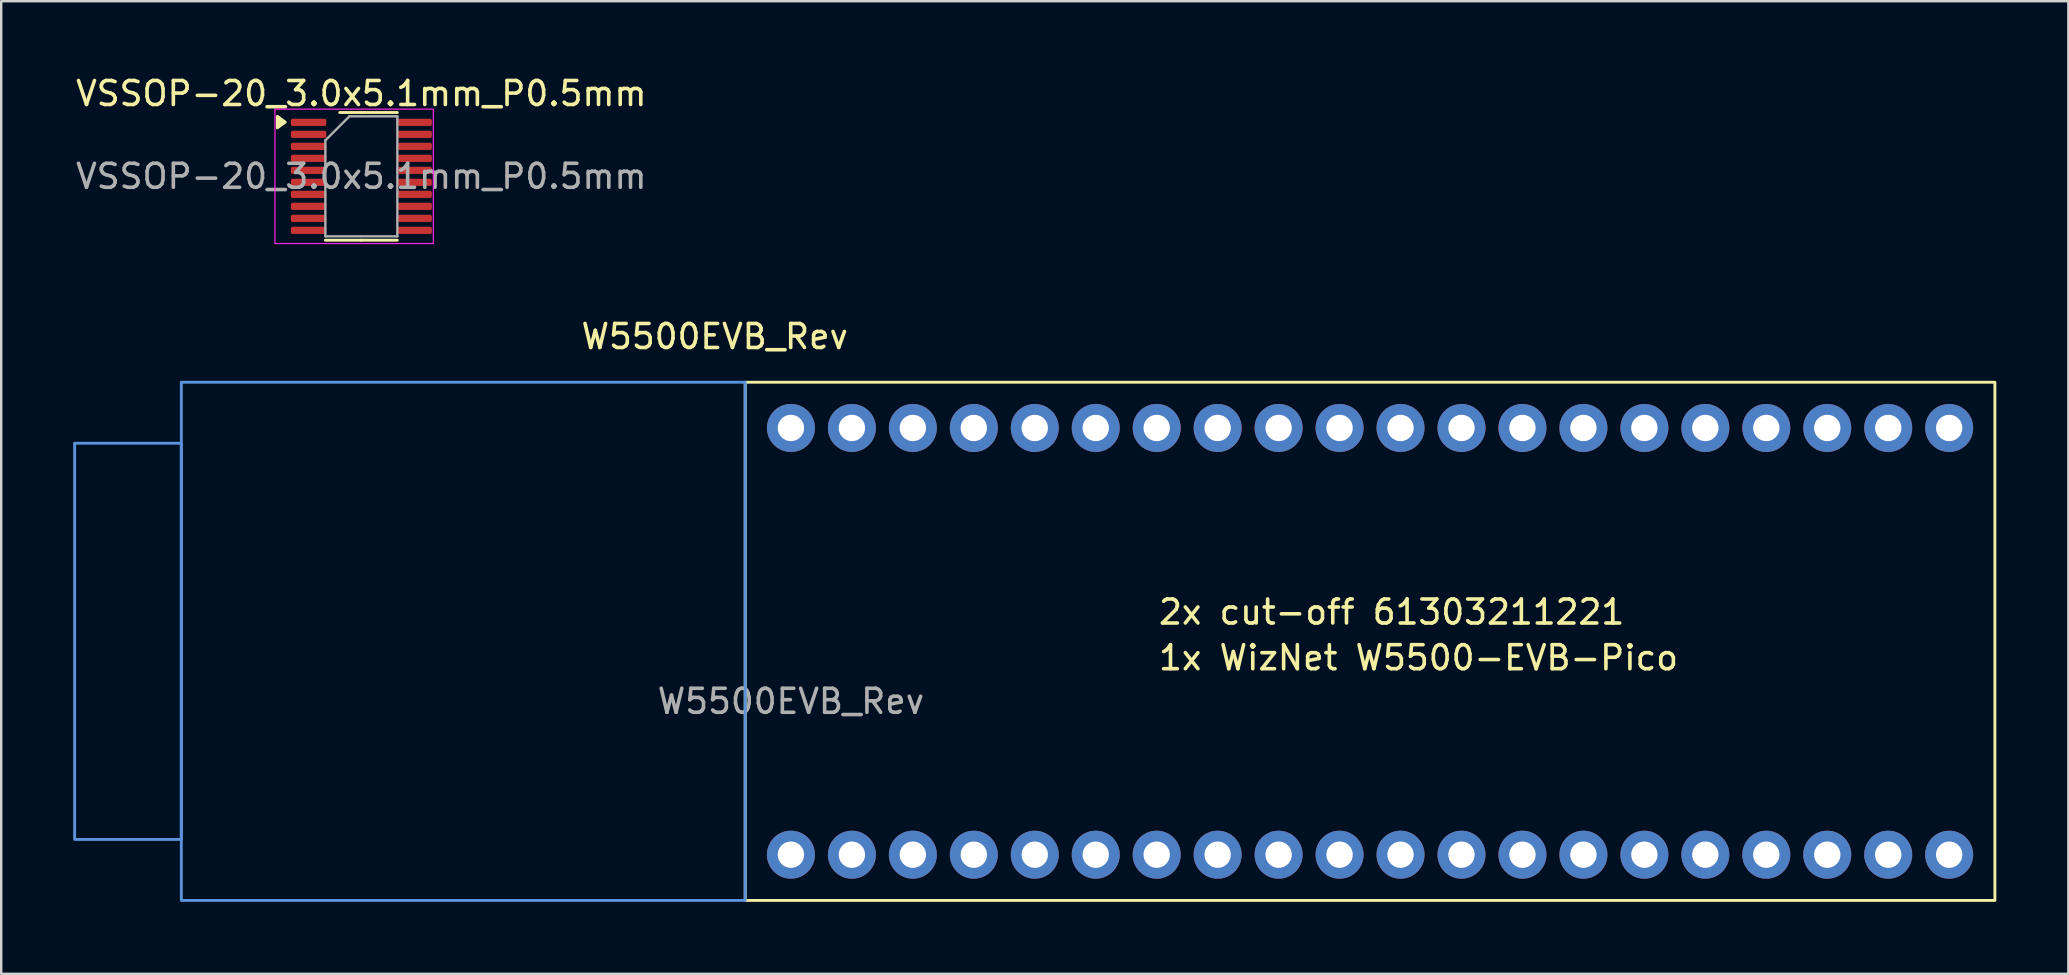
<source format=kicad_pcb>
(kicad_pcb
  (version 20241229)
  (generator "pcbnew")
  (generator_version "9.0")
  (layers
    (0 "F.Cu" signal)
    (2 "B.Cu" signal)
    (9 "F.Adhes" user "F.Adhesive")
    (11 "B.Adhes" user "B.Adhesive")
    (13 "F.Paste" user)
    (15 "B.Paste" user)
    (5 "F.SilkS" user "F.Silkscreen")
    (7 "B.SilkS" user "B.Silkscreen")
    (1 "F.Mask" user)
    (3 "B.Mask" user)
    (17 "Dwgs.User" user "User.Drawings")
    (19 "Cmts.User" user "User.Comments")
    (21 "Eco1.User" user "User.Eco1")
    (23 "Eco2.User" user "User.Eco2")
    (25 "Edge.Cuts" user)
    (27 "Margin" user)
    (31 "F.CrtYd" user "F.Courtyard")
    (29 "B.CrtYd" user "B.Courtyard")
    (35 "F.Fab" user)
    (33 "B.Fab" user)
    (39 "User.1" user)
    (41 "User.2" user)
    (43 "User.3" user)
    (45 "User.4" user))
  (footprint "VSSOP-20_3.0x5.1mm_P0.5mm"
    (layer "F.Cu")
    (at 12.006 4.298)
    (property "Reference" "VSSOP-20_3.0x5.1mm_P0.5mm" (at 0 -3.45 0) (layer "F.SilkS") (effects (font (size 1 1) (thickness 0.15))))
    (attr smd)
    (fp_line (start 0 -2.66) (end -0.9 -2.66) (stroke (width 0.12) (type solid)) (layer "F.SilkS"))
    (fp_line (start 0 -2.66) (end 1.5 -2.66) (stroke (width 0.12) (type solid)) (layer "F.SilkS"))
    (fp_line (start 0 2.66) (end -1.5 2.66) (stroke (width 0.12) (type solid)) (layer "F.SilkS"))
    (fp_line (start 0 2.66) (end 1.5 2.66) (stroke (width 0.12) (type solid)) (layer "F.SilkS"))
    (fp_poly (pts (xy -3.17 -2.26) (xy -3.5 -2.5) (xy -3.5 -2.02) (xy -3.17 -2.26)) (stroke (width 0.12) (type solid)) (fill yes) (layer "F.SilkS"))
    (fp_rect (start -3.6 -2.8) (end 3 2.8) (stroke (width 0.05) (type default)) (fill no) (layer "F.CrtYd"))
    (fp_line (start -1.5 -1.5) (end -0.5 -2.5) (stroke (width 0.1) (type solid)) (layer "F.Fab"))
    (fp_line (start -1.5 2.5) (end -1.5 -1.5) (stroke (width 0.1) (type solid)) (layer "F.Fab"))
    (fp_line (start -0.5 -2.5) (end 1.5 -2.5) (stroke (width 0.1) (type solid)) (layer "F.Fab"))
    (fp_line (start 1.5 -2.5) (end 1.5 2.5) (stroke (width 0.1) (type solid)) (layer "F.Fab"))
    (fp_line (start 1.5 2.5) (end -1.5 2.5) (stroke (width 0.1) (type solid)) (layer "F.Fab"))
    (fp_text user "${REFERENCE}" (at 0 0 0) (layer "F.Fab") (effects (font (size 1 1) (thickness 0.15))))
    (pad "1" smd roundrect (at -2.2 -2.25) (size 1.475 0.3) (layers "F.Cu" "F.Mask" "F.Paste") (roundrect_rratio 0.25))
    (pad "2" smd roundrect (at -2.2 -1.75) (size 1.475 0.3) (layers "F.Cu" "F.Mask" "F.Paste") (roundrect_rratio 0.25))
    (pad "3" smd roundrect (at -2.2 -1.25) (size 1.475 0.3) (layers "F.Cu" "F.Mask" "F.Paste") (roundrect_rratio 0.25))
    (pad "4" smd roundrect (at -2.2 -0.75) (size 1.475 0.3) (layers "F.Cu" "F.Mask" "F.Paste") (roundrect_rratio 0.25))
    (pad "5" smd roundrect (at -2.2 -0.25) (size 1.475 0.3) (layers "F.Cu" "F.Mask" "F.Paste") (roundrect_rratio 0.25))
    (pad "6" smd roundrect (at -2.2 0.25) (size 1.475 0.3) (layers "F.Cu" "F.Mask" "F.Paste") (roundrect_rratio 0.25))
    (pad "7" smd roundrect (at -2.2 0.75) (size 1.475 0.3) (layers "F.Cu" "F.Mask" "F.Paste") (roundrect_rratio 0.25))
    (pad "8" smd roundrect (at -2.2 1.25) (size 1.475 0.3) (layers "F.Cu" "F.Mask" "F.Paste") (roundrect_rratio 0.25))
    (pad "9" smd roundrect (at -2.2 1.75) (size 1.475 0.3) (layers "F.Cu" "F.Mask" "F.Paste") (roundrect_rratio 0.25))
    (pad "10" smd roundrect (at -2.2 2.25) (size 1.475 0.3) (layers "F.Cu" "F.Mask" "F.Paste") (roundrect_rratio 0.25))
    (pad "11" smd roundrect (at 2.2 2.25) (size 1.475 0.3) (layers "F.Cu" "F.Mask" "F.Paste") (roundrect_rratio 0.25))
    (pad "12" smd roundrect (at 2.2 1.75) (size 1.475 0.3) (layers "F.Cu" "F.Mask" "F.Paste") (roundrect_rratio 0.25))
    (pad "13" smd roundrect (at 2.2 1.25) (size 1.475 0.3) (layers "F.Cu" "F.Mask" "F.Paste") (roundrect_rratio 0.25))
    (pad "14" smd roundrect (at 2.2 0.75) (size 1.475 0.3) (layers "F.Cu" "F.Mask" "F.Paste") (roundrect_rratio 0.25))
    (pad "15" smd roundrect (at 2.2 0.25) (size 1.475 0.3) (layers "F.Cu" "F.Mask" "F.Paste") (roundrect_rratio 0.25))
    (pad "16" smd roundrect (at 2.2 -0.25) (size 1.475 0.3) (layers "F.Cu" "F.Mask" "F.Paste") (roundrect_rratio 0.25))
    (pad "17" smd roundrect (at 2.2 -0.75) (size 1.475 0.3) (layers "F.Cu" "F.Mask" "F.Paste") (roundrect_rratio 0.25))
    (pad "18" smd roundrect (at 2.2 -1.25) (size 1.475 0.3) (layers "F.Cu" "F.Mask" "F.Paste") (roundrect_rratio 0.25))
    (pad "19" smd roundrect (at 2.2 -1.75) (size 1.475 0.3) (layers "F.Cu" "F.Mask" "F.Paste") (roundrect_rratio 0.25))
    (pad "20" smd roundrect (at 2.2 -2.25) (size 1.475 0.3) (layers "F.Cu" "F.Mask" "F.Paste") (roundrect_rratio 0.25)))
  (footprint "W5500EVB_Rev"
    (layer "F.Cu")
    (at 29.905 23.672)
    (property "Reference" "W5500EVB_Rev" (at -3.175 -12.7 0) (unlocked yes) (layer "F.SilkS") (effects (font (size 1 1) (thickness 0.15))))
    (attr through_hole)
    (fp_rect (start -1.905 -10.795) (end 50.165 10.795) (stroke (width 0.12) (type default)) (fill no) (layer "F.SilkS"))
    (fp_rect (start -29.845 -8.255) (end -25.4 8.255) (stroke (width 0.12) (type default)) (fill no) (layer "Cmts.User"))
    (fp_rect (start -25.4 -10.795) (end -1.905 10.795) (stroke (width 0.12) (type default)) (fill no) (layer "Cmts.User"))
    (fp_text user "1x WizNet W5500-EVB-Pico" (at 15.24 1.27 0) (unlocked yes) (layer "F.SilkS") (effects (font (size 1 1) (thickness 0.15)) (justify left bottom)))
    (fp_text user "2x cut-off 61303211221" (at 15.24 -0.635 0) (unlocked yes) (layer "F.SilkS") (effects (font (size 1 1) (thickness 0.15)) (justify left bottom)))
    (fp_text user "${REFERENCE}" (at 0 2.5 0) (unlocked yes) (layer "F.Fab") (effects (font (size 1 1) (thickness 0.15))))
    (pad "1" thru_hole circle (at 48.26 8.89) (size 2 2) (drill 1.1) (layers "*.Cu" "*.Mask"))
    (pad "2" thru_hole circle (at 45.72 8.89) (size 2 2) (drill 1.1) (layers "*.Cu" "*.Mask"))
    (pad "3" thru_hole circle (at 43.18 8.89) (size 2 2) (drill 1.1) (layers "*.Cu" "*.Mask"))
    (pad "4" thru_hole circle (at 40.64 8.89) (size 2 2) (drill 1.1) (layers "*.Cu" "*.Mask"))
    (pad "5" thru_hole circle (at 38.1 8.89) (size 2 2) (drill 1.1) (layers "*.Cu" "*.Mask"))
    (pad "6" thru_hole circle (at 35.56 8.89) (size 2 2) (drill 1.1) (layers "*.Cu" "*.Mask"))
    (pad "7" thru_hole circle (at 33.02 8.89) (size 2 2) (drill 1.1) (layers "*.Cu" "*.Mask"))
    (pad "8" thru_hole circle (at 30.48 8.89) (size 2 2) (drill 1.1) (layers "*.Cu" "*.Mask"))
    (pad "9" thru_hole circle (at 27.94 8.89) (size 2 2) (drill 1.1) (layers "*.Cu" "*.Mask"))
    (pad "10" thru_hole circle (at 25.4 8.89) (size 2 2) (drill 1.1) (layers "*.Cu" "*.Mask"))
    (pad "11" thru_hole circle (at 22.86 8.89) (size 2 2) (drill 1.1) (layers "*.Cu" "*.Mask"))
    (pad "12" thru_hole circle (at 20.32 8.89) (size 2 2) (drill 1.1) (layers "*.Cu" "*.Mask"))
    (pad "13" thru_hole circle (at 17.78 8.89) (size 2 2) (drill 1.1) (layers "*.Cu" "*.Mask"))
    (pad "14" thru_hole circle (at 15.24 8.89) (size 2 2) (drill 1.1) (layers "*.Cu" "*.Mask"))
    (pad "15" thru_hole circle (at 12.7 8.89) (size 2 2) (drill 1.1) (layers "*.Cu" "*.Mask"))
    (pad "16" thru_hole circle (at 10.16 8.89) (size 2 2) (drill 1.1) (layers "*.Cu" "*.Mask"))
    (pad "17" thru_hole circle (at 7.62 8.89) (size 2 2) (drill 1.1) (layers "*.Cu" "*.Mask"))
    (pad "18" thru_hole circle (at 5.08 8.89) (size 2 2) (drill 1.1) (layers "*.Cu" "*.Mask"))
    (pad "19" thru_hole circle (at 2.54 8.89) (size 2 2) (drill 1.1) (layers "*.Cu" "*.Mask"))
    (pad "20" thru_hole circle (at 0 8.89) (size 2 2) (drill 1.1) (layers "*.Cu" "*.Mask"))
    (pad "21" thru_hole circle (at 0 -8.89) (size 2 2) (drill 1.1) (layers "*.Cu" "*.Mask"))
    (pad "22" thru_hole circle (at 2.54 -8.89) (size 2 2) (drill 1.1) (layers "*.Cu" "*.Mask"))
    (pad "23" thru_hole circle (at 5.08 -8.89) (size 2 2) (drill 1.1) (layers "*.Cu" "*.Mask"))
    (pad "24" thru_hole circle (at 7.62 -8.89) (size 2 2) (drill 1.1) (layers "*.Cu" "*.Mask"))
    (pad "25" thru_hole circle (at 10.16 -8.89) (size 2 2) (drill 1.1) (layers "*.Cu" "*.Mask"))
    (pad "26" thru_hole circle (at 12.7 -8.89) (size 2 2) (drill 1.1) (layers "*.Cu" "*.Mask"))
    (pad "27" thru_hole circle (at 15.24 -8.89) (size 2 2) (drill 1.1) (layers "*.Cu" "*.Mask"))
    (pad "28" thru_hole circle (at 17.78 -8.89) (size 2 2) (drill 1.1) (layers "*.Cu" "*.Mask"))
    (pad "29" thru_hole circle (at 20.32 -8.89) (size 2 2) (drill 1.1) (layers "*.Cu" "*.Mask"))
    (pad "30" thru_hole circle (at 22.86 -8.89) (size 2 2) (drill 1.1) (layers "*.Cu" "*.Mask"))
    (pad "31" thru_hole circle (at 25.4 -8.89) (size 2 2) (drill 1.1) (layers "*.Cu" "*.Mask"))
    (pad "32" thru_hole circle (at 27.94 -8.89) (size 2 2) (drill 1.1) (layers "*.Cu" "*.Mask"))
    (pad "33" thru_hole circle (at 30.48 -8.89) (size 2 2) (drill 1.1) (layers "*.Cu" "*.Mask"))
    (pad "34" thru_hole circle (at 33.02 -8.89) (size 2 2) (drill 1.1) (layers "*.Cu" "*.Mask"))
    (pad "35" thru_hole circle (at 35.56 -8.89) (size 2 2) (drill 1.1) (layers "*.Cu" "*.Mask"))
    (pad "36" thru_hole circle (at 38.1 -8.89) (size 2 2) (drill 1.1) (layers "*.Cu" "*.Mask"))
    (pad "37" thru_hole circle (at 40.64 -8.89) (size 2 2) (drill 1.1) (layers "*.Cu" "*.Mask"))
    (pad "38" thru_hole circle (at 43.18 -8.89) (size 2 2) (drill 1.1) (layers "*.Cu" "*.Mask"))
    (pad "39" thru_hole circle (at 45.72 -8.89) (size 2 2) (drill 1.1) (layers "*.Cu" "*.Mask"))
    (pad "40" thru_hole circle (at 48.26 -8.89) (size 2 2) (drill 1.1) (layers "*.Cu" "*.Mask")))
  (gr_rect
    (start -3 -3)
    (end 83.13 37.526)
    (stroke (width 0.1) (type default))
    (fill no)
    (layer "Edge.Cuts")))
</source>
